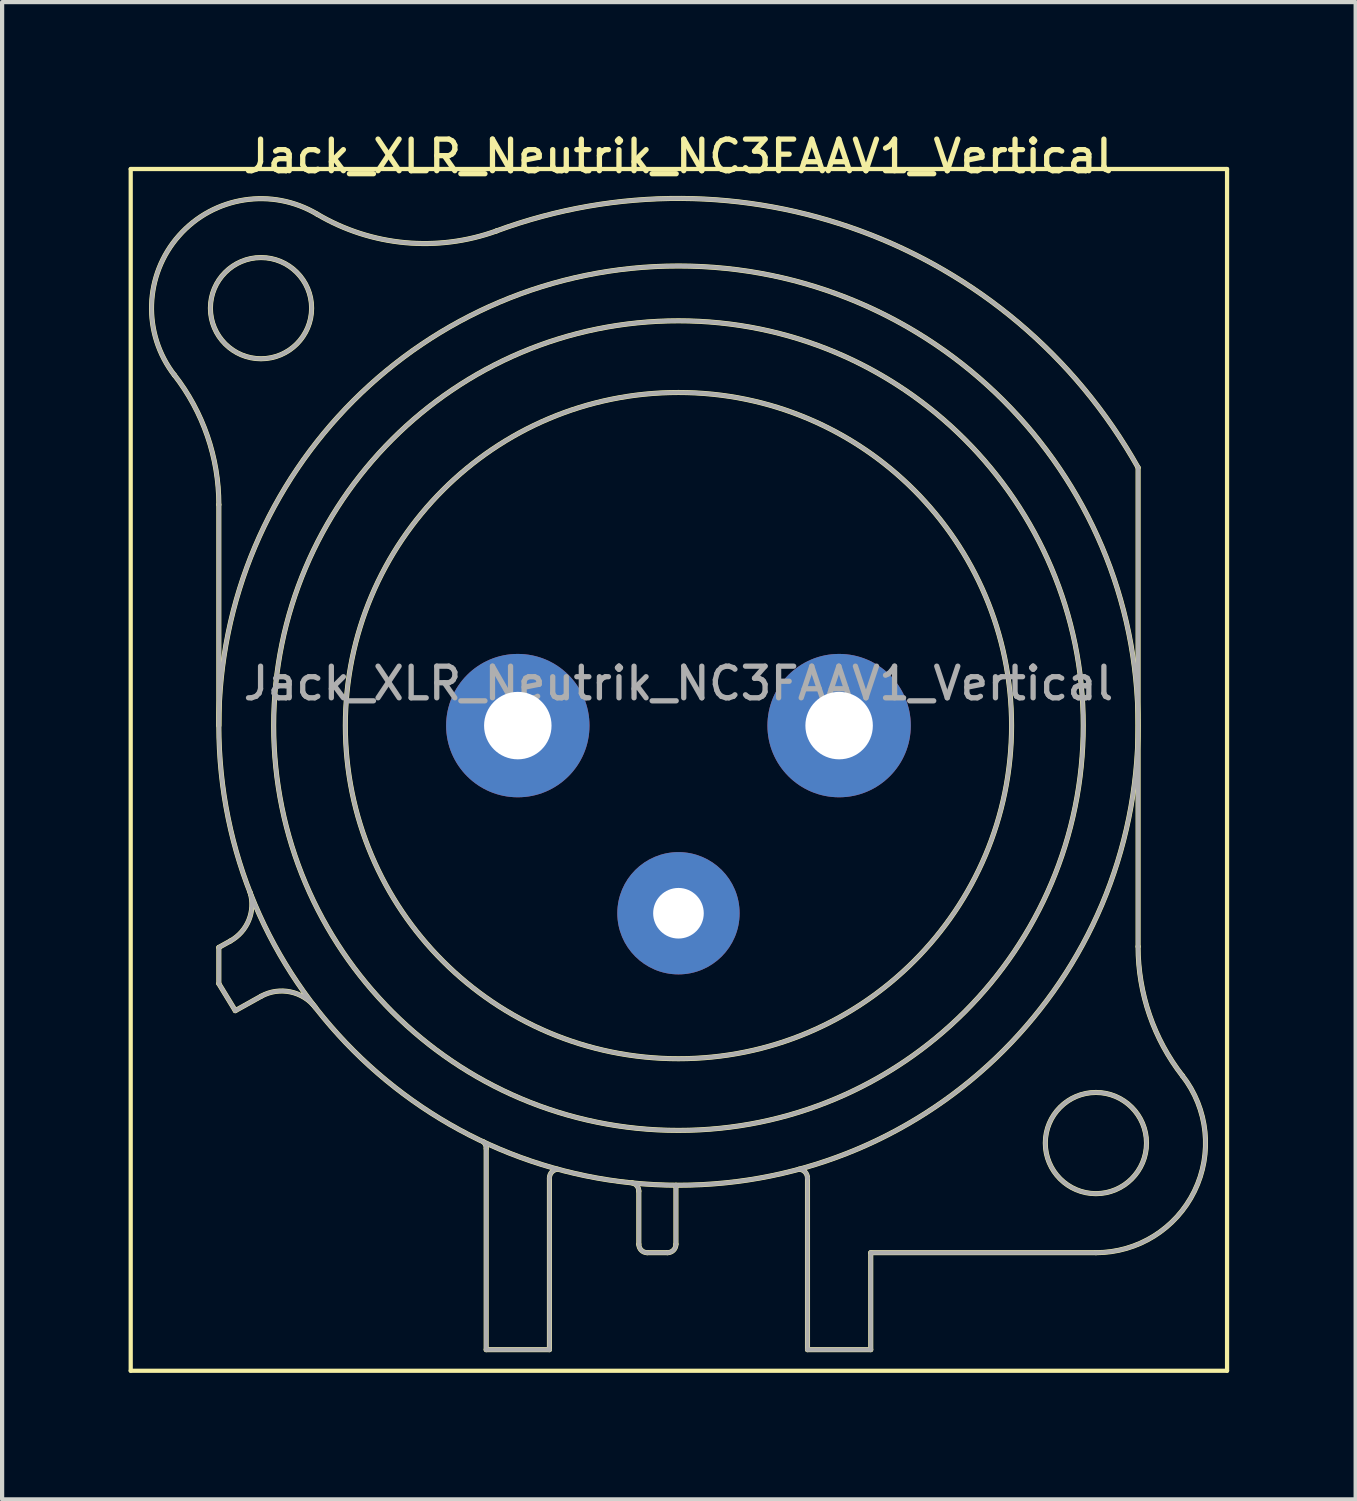
<source format=kicad_pcb>
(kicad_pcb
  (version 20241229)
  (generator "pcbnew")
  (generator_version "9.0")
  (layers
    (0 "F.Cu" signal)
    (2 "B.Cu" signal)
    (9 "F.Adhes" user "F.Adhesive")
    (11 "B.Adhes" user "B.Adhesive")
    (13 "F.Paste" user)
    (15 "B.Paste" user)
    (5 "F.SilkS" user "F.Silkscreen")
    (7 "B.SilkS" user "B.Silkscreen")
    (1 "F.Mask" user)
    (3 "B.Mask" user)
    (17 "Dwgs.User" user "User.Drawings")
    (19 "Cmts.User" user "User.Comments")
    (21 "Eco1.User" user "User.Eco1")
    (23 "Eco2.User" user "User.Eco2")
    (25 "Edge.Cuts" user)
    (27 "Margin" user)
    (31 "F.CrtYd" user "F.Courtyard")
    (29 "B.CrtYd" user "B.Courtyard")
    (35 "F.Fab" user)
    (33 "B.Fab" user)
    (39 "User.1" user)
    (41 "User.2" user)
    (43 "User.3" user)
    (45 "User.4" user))
  (footprint "Jack_XLR_Neutrik_NC3FAAV1_Vertical"
    (layer "F.Cu")
    (at 16.85 14.158)
    (property "Reference" "Jack_XLR_Neutrik_NC3FAAV1_Vertical" (at -3.81 -13.5 0) (layer "F.SilkS") (effects (font (size 0.75 0.75) (thickness 0.125))))
    (attr through_hole)
    (fp_line (start -16.8 -13.2) (end 9.2 -13.2) (stroke (width 0.1) (type solid)) (layer "F.SilkS"))
    (fp_line (start -16.8 15.3) (end -16.8 -13.2) (stroke (width 0.1) (type solid)) (layer "F.SilkS"))
    (fp_line (start -14.71 0) (end -14.71 -5.24) (stroke (width 0.12) (type solid)) (layer "F.SilkS"))
    (fp_line (start -14.71 5.26) (end -14.44 5.11) (stroke (width 0.12) (type solid)) (layer "F.SilkS"))
    (fp_line (start -14.71 6.12) (end -14.71 5.26) (stroke (width 0.12) (type solid)) (layer "F.SilkS"))
    (fp_line (start -14.32 6.76) (end -14.71 6.12) (stroke (width 0.12) (type solid)) (layer "F.SilkS"))
    (fp_line (start -13.71 6.42) (end -14.32 6.76) (stroke (width 0.12) (type solid)) (layer "F.SilkS"))
    (fp_line (start -8.37 10.03) (end -8.37 14.8) (stroke (width 0.12) (type solid)) (layer "F.SilkS"))
    (fp_line (start -6.87 14.8) (end -8.37 14.8) (stroke (width 0.12) (type solid)) (layer "F.SilkS"))
    (fp_line (start -6.87 14.8) (end -6.87 10.73) (stroke (width 0.12) (type solid)) (layer "F.SilkS"))
    (fp_line (start -4.75 11.04) (end -4.75 12.3) (stroke (width 0.12) (type solid)) (layer "F.SilkS"))
    (fp_line (start -4.07 12.5) (end -4.55 12.5) (stroke (width 0.12) (type solid)) (layer "F.SilkS"))
    (fp_line (start -3.87 10.9) (end -3.87 12.3) (stroke (width 0.12) (type solid)) (layer "F.SilkS"))
    (fp_line (start -0.75 10.73) (end -0.75 10.73) (stroke (width 0.12) (type solid)) (layer "F.SilkS"))
    (fp_line (start -0.75 14.8) (end -0.75 10.73) (stroke (width 0.12) (type solid)) (layer "F.SilkS"))
    (fp_line (start 0.75 12.5) (end 6.09 12.5) (stroke (width 0.12) (type solid)) (layer "F.SilkS"))
    (fp_line (start 0.75 14.8) (end -0.75 14.8) (stroke (width 0.12) (type solid)) (layer "F.SilkS"))
    (fp_line (start 0.75 14.8) (end 0.75 12.5) (stroke (width 0.12) (type solid)) (layer "F.SilkS"))
    (fp_line (start 7.09 5.24) (end 7.09 -6.12) (stroke (width 0.12) (type solid)) (layer "F.SilkS"))
    (fp_line (start 9.2 -13.2) (end 9.2 15.3) (stroke (width 0.1) (type solid)) (layer "F.SilkS"))
    (fp_line (start 9.2 15.3) (end -16.8 15.3) (stroke (width 0.1) (type solid)) (layer "F.SilkS"))
    (fp_arc (start -15.766689 -8.317569) (mid -14.98153 -6.866962) (end -14.71 -5.24) (stroke (width 0.12) (type solid)) (layer "F.SilkS"))
    (fp_arc (start -15.761979 -8.309032) (mid -15.65429 -11.620911) (end -12.38 -12.13) (stroke (width 0.12) (type solid)) (layer "F.SilkS"))
    (fp_arc (start -13.969214 3.951372) (mid -13.999461 4.614043) (end -14.44 5.11) (stroke (width 0.12) (type solid)) (layer "F.SilkS"))
    (fp_arc (start -13.71 6.42) (mid -13.01025 6.315915) (end -12.412202 6.693832) (stroke (width 0.12) (type solid)) (layer "F.SilkS"))
    (fp_arc (start -8.436364 9.870864) (mid -8.385177 9.942924) (end -8.37 10.03) (stroke (width 0.12) (type solid)) (layer "F.SilkS"))
    (fp_arc (start -8.12905 -11.730738) (mid 0.51404 -11.7289) (end 7.09 -6.12) (stroke (width 0.12) (type solid)) (layer "F.SilkS"))
    (fp_arc (start -8.118081 -11.733841) (mid -10.293498 -11.453642) (end -12.38 -12.13) (stroke (width 0.12) (type solid)) (layer "F.SilkS"))
    (fp_arc (start -6.87 10.73) (mid -6.814828 10.588126) (end -6.678303 10.520799) (stroke (width 0.12) (type solid)) (layer "F.SilkS"))
    (fp_arc (start -4.908418 10.84437) (mid -4.794571 10.914136) (end -4.75 11.04) (stroke (width 0.12) (type solid)) (layer "F.SilkS"))
    (fp_arc (start -4.55 12.5) (mid -4.691421 12.441421) (end -4.75 12.3) (stroke (width 0.12) (type solid)) (layer "F.SilkS"))
    (fp_arc (start -3.87 12.3) (mid -3.928579 12.441421) (end -4.07 12.5) (stroke (width 0.12) (type solid)) (layer "F.SilkS"))
    (fp_arc (start -0.949009 10.520288) (mid -0.807671 10.585446) (end -0.75 10.73) (stroke (width 0.12) (type solid)) (layer "F.SilkS"))
    (fp_arc (start 8.141619 8.302858) (mid 8.42587 11.041804) (end 6.09 12.5) (stroke (width 0.12) (type solid)) (layer "F.SilkS"))
    (fp_arc (start 8.14247 8.305283) (mid 7.360446 6.860467) (end 7.09 5.24) (stroke (width 0.12) (type solid)) (layer "F.SilkS"))
    (fp_circle (center -13.71 -9.9) (end -12.51 -9.9) (stroke (width 0.12) (type solid)) (fill no) (layer "F.SilkS"))
    (fp_circle (center -3.81 0) (end 4.09 0) (stroke (width 0.12) (type solid)) (fill no) (layer "F.SilkS"))
    (fp_circle (center -3.81 0) (end 5.79 0) (stroke (width 0.12) (type solid)) (fill no) (layer "F.SilkS"))
    (fp_circle (center -3.81 0) (end 7.09 0) (stroke (width 0.12) (type solid)) (fill no) (layer "F.SilkS"))
    (fp_circle (center 6.09 9.9) (end 7.29 9.9) (stroke (width 0.12) (type solid)) (fill no) (layer "F.SilkS"))
    (fp_line (start -14.71 0) (end -14.71 -5.24) (stroke (width 0.1) (type solid)) (layer "F.Fab"))
    (fp_line (start -14.71 5.26) (end -14.44 5.11) (stroke (width 0.1) (type solid)) (layer "F.Fab"))
    (fp_line (start -14.71 6.12) (end -14.71 5.26) (stroke (width 0.1) (type solid)) (layer "F.Fab"))
    (fp_line (start -14.32 6.76) (end -14.71 6.12) (stroke (width 0.1) (type solid)) (layer "F.Fab"))
    (fp_line (start -13.71 6.42) (end -14.32 6.76) (stroke (width 0.1) (type solid)) (layer "F.Fab"))
    (fp_line (start -8.37 10.03) (end -8.37 14.8) (stroke (width 0.1) (type solid)) (layer "F.Fab"))
    (fp_line (start -6.87 14.8) (end -8.37 14.8) (stroke (width 0.1) (type solid)) (layer "F.Fab"))
    (fp_line (start -6.87 14.8) (end -6.87 10.73) (stroke (width 0.1) (type solid)) (layer "F.Fab"))
    (fp_line (start -4.75 11.04) (end -4.75 12.3) (stroke (width 0.1) (type solid)) (layer "F.Fab"))
    (fp_line (start -4.07 12.5) (end -4.55 12.5) (stroke (width 0.1) (type solid)) (layer "F.Fab"))
    (fp_line (start -3.87 10.9) (end -3.87 12.3) (stroke (width 0.1) (type solid)) (layer "F.Fab"))
    (fp_line (start -0.75 10.73) (end -0.75 10.73) (stroke (width 0.1) (type solid)) (layer "F.Fab"))
    (fp_line (start -0.75 14.8) (end -0.75 10.73) (stroke (width 0.1) (type solid)) (layer "F.Fab"))
    (fp_line (start 0.75 12.5) (end 6.09 12.5) (stroke (width 0.1) (type solid)) (layer "F.Fab"))
    (fp_line (start 0.75 14.8) (end -0.75 14.8) (stroke (width 0.1) (type solid)) (layer "F.Fab"))
    (fp_line (start 0.75 14.8) (end 0.75 12.5) (stroke (width 0.1) (type solid)) (layer "F.Fab"))
    (fp_line (start 7.09 5.24) (end 7.09 -6.12) (stroke (width 0.1) (type solid)) (layer "F.Fab"))
    (fp_arc (start -15.766689 -8.317569) (mid -14.98153 -6.866962) (end -14.71 -5.24) (stroke (width 0.1) (type solid)) (layer "F.Fab"))
    (fp_arc (start -15.761979 -8.309032) (mid -15.65429 -11.620911) (end -12.38 -12.13) (stroke (width 0.1) (type solid)) (layer "F.Fab"))
    (fp_arc (start -13.969214 3.951372) (mid -13.999461 4.614043) (end -14.44 5.11) (stroke (width 0.1) (type solid)) (layer "F.Fab"))
    (fp_arc (start -13.71 6.42) (mid -13.01025 6.315915) (end -12.412202 6.693832) (stroke (width 0.1) (type solid)) (layer "F.Fab"))
    (fp_arc (start -8.436364 9.870864) (mid -8.385177 9.942924) (end -8.37 10.03) (stroke (width 0.1) (type solid)) (layer "F.Fab"))
    (fp_arc (start -8.12905 -11.730738) (mid 0.51404 -11.7289) (end 7.09 -6.12) (stroke (width 0.1) (type solid)) (layer "F.Fab"))
    (fp_arc (start -8.118081 -11.733841) (mid -10.293498 -11.453642) (end -12.38 -12.13) (stroke (width 0.1) (type solid)) (layer "F.Fab"))
    (fp_arc (start -6.87 10.73) (mid -6.814828 10.588126) (end -6.678303 10.520799) (stroke (width 0.1) (type solid)) (layer "F.Fab"))
    (fp_arc (start -4.908418 10.84437) (mid -4.794571 10.914136) (end -4.75 11.04) (stroke (width 0.1) (type solid)) (layer "F.Fab"))
    (fp_arc (start -4.55 12.5) (mid -4.691421 12.441421) (end -4.75 12.3) (stroke (width 0.1) (type solid)) (layer "F.Fab"))
    (fp_arc (start -3.87 12.3) (mid -3.928579 12.441421) (end -4.07 12.5) (stroke (width 0.1) (type solid)) (layer "F.Fab"))
    (fp_arc (start -0.949009 10.520288) (mid -0.807671 10.585446) (end -0.75 10.73) (stroke (width 0.1) (type solid)) (layer "F.Fab"))
    (fp_arc (start 8.141619 8.302858) (mid 8.42587 11.041804) (end 6.09 12.5) (stroke (width 0.1) (type solid)) (layer "F.Fab"))
    (fp_arc (start 8.14247 8.305283) (mid 7.360446 6.860467) (end 7.09 5.24) (stroke (width 0.1) (type solid)) (layer "F.Fab"))
    (fp_circle (center -13.71 -9.9) (end -12.51 -9.9) (stroke (width 0.1) (type solid)) (fill no) (layer "F.Fab"))
    (fp_circle (center -3.81 0) (end 4.09 0) (stroke (width 0.1) (type solid)) (fill no) (layer "F.Fab"))
    (fp_circle (center -3.81 0) (end 5.79 0) (stroke (width 0.1) (type solid)) (fill no) (layer "F.Fab"))
    (fp_circle (center -3.81 0) (end 7.09 0) (stroke (width 0.1) (type solid)) (fill no) (layer "F.Fab"))
    (fp_circle (center 6.09 9.9) (end 7.29 9.9) (stroke (width 0.1) (type solid)) (fill no) (layer "F.Fab"))
    (fp_text user "${REFERENCE}" (at -3.81 -1 0) (layer "F.Fab") (effects (font (size 0.75 0.75) (thickness 0.125))))
    (pad "1" thru_hole circle (at 0 0) (size 3.4 3.4) (drill 1.6) (layers "*.Cu" "*.Mask"))
    (pad "2" thru_hole circle (at -7.62 0) (size 3.4 3.4) (drill 1.6) (layers "*.Cu" "*.Mask"))
    (pad "3" thru_hole circle (at -3.81 4.45) (size 2.9 2.9) (drill 1.2) (layers "*.Cu" "*.Mask")))
  (gr_rect
    (start -3 -3)
    (end 29.1 32.508)
    (stroke (width 0.1) (type default))
    (fill no)
    (layer "Edge.Cuts")))
</source>
